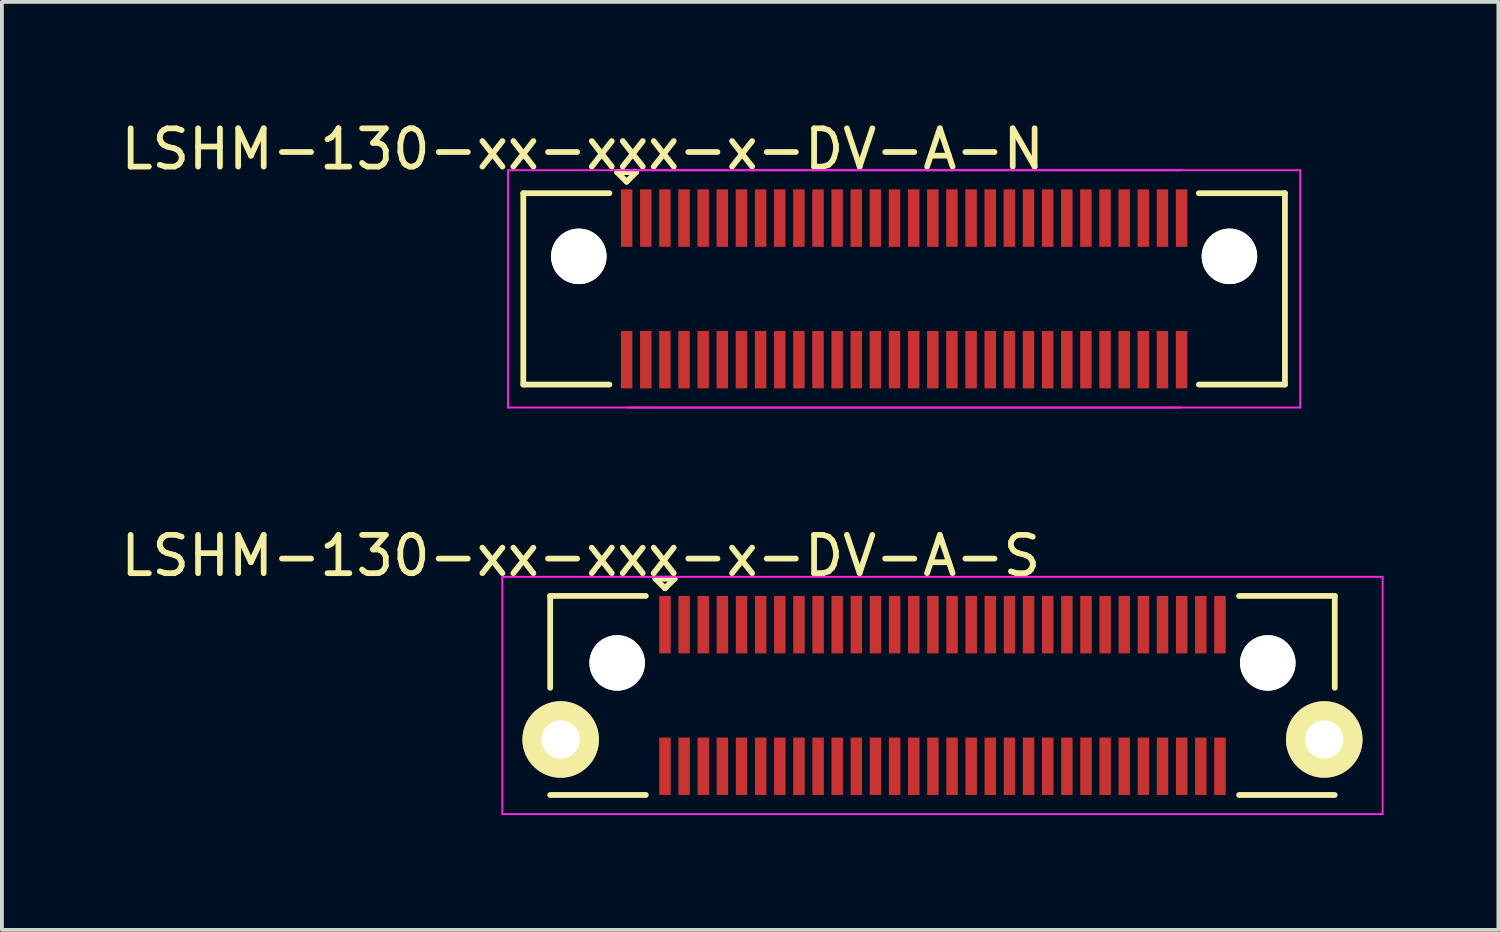
<source format=kicad_pcb>
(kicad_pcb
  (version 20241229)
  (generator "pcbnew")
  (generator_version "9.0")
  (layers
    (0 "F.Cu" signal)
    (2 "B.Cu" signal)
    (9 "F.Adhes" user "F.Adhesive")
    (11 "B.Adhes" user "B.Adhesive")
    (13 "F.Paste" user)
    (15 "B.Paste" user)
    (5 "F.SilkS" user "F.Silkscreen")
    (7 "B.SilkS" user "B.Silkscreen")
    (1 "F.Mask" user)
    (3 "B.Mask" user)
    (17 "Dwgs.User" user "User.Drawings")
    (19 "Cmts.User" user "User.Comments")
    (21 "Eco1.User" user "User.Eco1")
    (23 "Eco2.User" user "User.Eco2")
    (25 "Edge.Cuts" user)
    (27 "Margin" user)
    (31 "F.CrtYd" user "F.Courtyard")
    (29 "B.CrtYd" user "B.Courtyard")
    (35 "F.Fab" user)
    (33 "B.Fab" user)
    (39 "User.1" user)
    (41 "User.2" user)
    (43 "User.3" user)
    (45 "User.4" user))
  (footprint "LSHM-130-xx-xxx-x-DV-A-S"
    (layer "F.Cu")
    (at 21.575 15.121)
    (property "Reference" "LSHM-130-xx-xxx-x-DV-A-S" (at -9.45 -3.65 0) (layer "F.SilkS") (effects (font (size 1 1) (thickness 0.15))))
    (attr smd)
    (fp_line (start -10.25 -2.6) (end -7.75 -2.6) (stroke (width 0.15) (type solid)) (layer "F.SilkS"))
    (fp_line (start -10.25 -0.2) (end -10.25 -2.6) (stroke (width 0.15) (type solid)) (layer "F.SilkS"))
    (fp_line (start -10.25 2.6) (end -7.75 2.6) (stroke (width 0.15) (type solid)) (layer "F.SilkS"))
    (fp_line (start -7.5 -3.05) (end -7.25 -2.8) (stroke (width 0.15) (type solid)) (layer "F.SilkS"))
    (fp_line (start -7.25 -2.8) (end -7 -3.05) (stroke (width 0.15) (type solid)) (layer "F.SilkS"))
    (fp_line (start -7 -3.05) (end -7.5 -3.05) (stroke (width 0.15) (type solid)) (layer "F.SilkS"))
    (fp_line (start 10.25 -2.6) (end 7.75 -2.6) (stroke (width 0.15) (type solid)) (layer "F.SilkS"))
    (fp_line (start 10.25 -0.2) (end 10.25 -2.6) (stroke (width 0.15) (type solid)) (layer "F.SilkS"))
    (fp_line (start 10.25 2.6) (end 7.75 2.6) (stroke (width 0.15) (type solid)) (layer "F.SilkS"))
    (fp_line (start -11.5 -3.1) (end 11.5 -3.1) (stroke (width 0.05) (type solid)) (layer "F.CrtYd"))
    (fp_line (start -11.5 3.1) (end -11.5 -3.1) (stroke (width 0.05) (type solid)) (layer "F.CrtYd"))
    (fp_line (start -11.5 3.1) (end 11.5 3.1) (stroke (width 0.05) (type solid)) (layer "F.CrtYd"))
    (fp_line (start 11.5 3.1) (end 11.5 -3.1) (stroke (width 0.05) (type solid)) (layer "F.CrtYd"))
    (pad "" np_thru_hole circle (at -8.5 -0.85) (size 1.45 1.45) (drill 1.45) (layers "*.Cu" "*.Mask" "F.SilkS"))
    (pad "" np_thru_hole circle (at 8.5 -0.85) (size 1.45 1.45) (drill 1.45) (layers "*.Cu" "*.Mask" "F.SilkS"))
    (pad "1" smd rect (at -7.25 -1.85) (size 0.3 1.5) (layers "F.Cu" "F.Mask" "F.Paste"))
    (pad "2" smd rect (at -7.25 1.85) (size 0.3 1.5) (layers "F.Cu" "F.Mask" "F.Paste"))
    (pad "3" smd rect (at -6.75 -1.85) (size 0.3 1.5) (layers "F.Cu" "F.Mask" "F.Paste"))
    (pad "4" smd rect (at -6.75 1.85) (size 0.3 1.5) (layers "F.Cu" "F.Mask" "F.Paste"))
    (pad "5" smd rect (at -6.25 -1.85) (size 0.3 1.5) (layers "F.Cu" "F.Mask" "F.Paste"))
    (pad "6" smd rect (at -6.25 1.85) (size 0.3 1.5) (layers "F.Cu" "F.Mask" "F.Paste"))
    (pad "7" smd rect (at -5.75 -1.85) (size 0.3 1.5) (layers "F.Cu" "F.Mask" "F.Paste"))
    (pad "8" smd rect (at -5.75 1.85) (size 0.3 1.5) (layers "F.Cu" "F.Mask" "F.Paste"))
    (pad "9" smd rect (at -5.25 -1.85) (size 0.3 1.5) (layers "F.Cu" "F.Mask" "F.Paste"))
    (pad "10" smd rect (at -5.25 1.85) (size 0.3 1.5) (layers "F.Cu" "F.Mask" "F.Paste"))
    (pad "11" smd rect (at -4.75 -1.85) (size 0.3 1.5) (layers "F.Cu" "F.Mask" "F.Paste"))
    (pad "12" smd rect (at -4.75 1.85) (size 0.3 1.5) (layers "F.Cu" "F.Mask" "F.Paste"))
    (pad "13" smd rect (at -4.25 -1.85) (size 0.3 1.5) (layers "F.Cu" "F.Mask" "F.Paste"))
    (pad "14" smd rect (at -4.25 1.85) (size 0.3 1.5) (layers "F.Cu" "F.Mask" "F.Paste"))
    (pad "15" smd rect (at -3.75 -1.85) (size 0.3 1.5) (layers "F.Cu" "F.Mask" "F.Paste"))
    (pad "16" smd rect (at -3.75 1.85) (size 0.3 1.5) (layers "F.Cu" "F.Mask" "F.Paste"))
    (pad "17" smd rect (at -3.25 -1.85) (size 0.3 1.5) (layers "F.Cu" "F.Mask" "F.Paste"))
    (pad "18" smd rect (at -3.25 1.85) (size 0.3 1.5) (layers "F.Cu" "F.Mask" "F.Paste"))
    (pad "19" smd rect (at -2.75 -1.85) (size 0.3 1.5) (layers "F.Cu" "F.Mask" "F.Paste"))
    (pad "20" smd rect (at -2.75 1.85) (size 0.3 1.5) (layers "F.Cu" "F.Mask" "F.Paste"))
    (pad "21" smd rect (at -2.25 -1.85) (size 0.3 1.5) (layers "F.Cu" "F.Mask" "F.Paste"))
    (pad "22" smd rect (at -2.25 1.85) (size 0.3 1.5) (layers "F.Cu" "F.Mask" "F.Paste"))
    (pad "23" smd rect (at -1.75 -1.85) (size 0.3 1.5) (layers "F.Cu" "F.Mask" "F.Paste"))
    (pad "24" smd rect (at -1.75 1.85) (size 0.3 1.5) (layers "F.Cu" "F.Mask" "F.Paste"))
    (pad "25" smd rect (at -1.25 -1.85) (size 0.3 1.5) (layers "F.Cu" "F.Mask" "F.Paste"))
    (pad "26" smd rect (at -1.25 1.85) (size 0.3 1.5) (layers "F.Cu" "F.Mask" "F.Paste"))
    (pad "27" smd rect (at -0.75 -1.85) (size 0.3 1.5) (layers "F.Cu" "F.Mask" "F.Paste"))
    (pad "28" smd rect (at -0.75 1.85) (size 0.3 1.5) (layers "F.Cu" "F.Mask" "F.Paste"))
    (pad "29" smd rect (at -0.25 -1.85) (size 0.3 1.5) (layers "F.Cu" "F.Mask" "F.Paste"))
    (pad "30" smd rect (at -0.25 1.85) (size 0.3 1.5) (layers "F.Cu" "F.Mask" "F.Paste"))
    (pad "31" smd rect (at 0.25 -1.85) (size 0.3 1.5) (layers "F.Cu" "F.Mask" "F.Paste"))
    (pad "32" smd rect (at 0.25 1.85) (size 0.3 1.5) (layers "F.Cu" "F.Mask" "F.Paste"))
    (pad "33" smd rect (at 0.75 -1.85) (size 0.3 1.5) (layers "F.Cu" "F.Mask" "F.Paste"))
    (pad "34" smd rect (at 0.75 1.85) (size 0.3 1.5) (layers "F.Cu" "F.Mask" "F.Paste"))
    (pad "35" smd rect (at 1.25 -1.85) (size 0.3 1.5) (layers "F.Cu" "F.Mask" "F.Paste"))
    (pad "36" smd rect (at 1.25 1.85) (size 0.3 1.5) (layers "F.Cu" "F.Mask" "F.Paste"))
    (pad "37" smd rect (at 1.75 -1.85) (size 0.3 1.5) (layers "F.Cu" "F.Mask" "F.Paste"))
    (pad "38" smd rect (at 1.75 1.85) (size 0.3 1.5) (layers "F.Cu" "F.Mask" "F.Paste"))
    (pad "39" smd rect (at 2.25 -1.85) (size 0.3 1.5) (layers "F.Cu" "F.Mask" "F.Paste"))
    (pad "40" smd rect (at 2.25 1.85) (size 0.3 1.5) (layers "F.Cu" "F.Mask" "F.Paste"))
    (pad "41" smd rect (at 2.75 -1.85) (size 0.3 1.5) (layers "F.Cu" "F.Mask" "F.Paste"))
    (pad "42" smd rect (at 2.75 1.85) (size 0.3 1.5) (layers "F.Cu" "F.Mask" "F.Paste"))
    (pad "43" smd rect (at 3.25 -1.85) (size 0.3 1.5) (layers "F.Cu" "F.Mask" "F.Paste"))
    (pad "44" smd rect (at 3.25 1.85) (size 0.3 1.5) (layers "F.Cu" "F.Mask" "F.Paste"))
    (pad "45" smd rect (at 3.75 -1.85) (size 0.3 1.5) (layers "F.Cu" "F.Mask" "F.Paste"))
    (pad "46" smd rect (at 3.75 1.85) (size 0.3 1.5) (layers "F.Cu" "F.Mask" "F.Paste"))
    (pad "47" smd rect (at 4.25 -1.85) (size 0.3 1.5) (layers "F.Cu" "F.Mask" "F.Paste"))
    (pad "48" smd rect (at 4.25 1.85) (size 0.3 1.5) (layers "F.Cu" "F.Mask" "F.Paste"))
    (pad "49" smd rect (at 4.75 -1.85) (size 0.3 1.5) (layers "F.Cu" "F.Mask" "F.Paste"))
    (pad "50" smd rect (at 4.75 1.85) (size 0.3 1.5) (layers "F.Cu" "F.Mask" "F.Paste"))
    (pad "51" smd rect (at 5.25 -1.85) (size 0.3 1.5) (layers "F.Cu" "F.Mask" "F.Paste"))
    (pad "52" smd rect (at 5.25 1.85) (size 0.3 1.5) (layers "F.Cu" "F.Mask" "F.Paste"))
    (pad "53" smd rect (at 5.75 -1.85) (size 0.3 1.5) (layers "F.Cu" "F.Mask" "F.Paste"))
    (pad "54" smd rect (at 5.75 1.85) (size 0.3 1.5) (layers "F.Cu" "F.Mask" "F.Paste"))
    (pad "55" smd rect (at 6.25 -1.85) (size 0.3 1.5) (layers "F.Cu" "F.Mask" "F.Paste"))
    (pad "56" smd rect (at 6.25 1.85) (size 0.3 1.5) (layers "F.Cu" "F.Mask" "F.Paste"))
    (pad "57" smd rect (at 6.75 -1.85) (size 0.3 1.5) (layers "F.Cu" "F.Mask" "F.Paste"))
    (pad "58" smd rect (at 6.75 1.85) (size 0.3 1.5) (layers "F.Cu" "F.Mask" "F.Paste"))
    (pad "59" smd rect (at 7.25 -1.85) (size 0.3 1.5) (layers "F.Cu" "F.Mask" "F.Paste"))
    (pad "60" smd rect (at 7.25 1.85) (size 0.3 1.5) (layers "F.Cu" "F.Mask" "F.Paste"))
    (pad "61" thru_hole circle (at -9.975 1.15) (size 2 2) (drill 1) (layers "*.Cu" "*.Mask" "F.SilkS"))
    (pad "61" thru_hole circle (at 9.975 1.15) (size 2 2) (drill 1) (layers "*.Cu" "*.Mask" "F.SilkS")))
  (footprint "LSHM-130-xx-xxx-x-DV-A-N"
    (layer "F.Cu")
    (at 20.573 4.498)
    (property "Reference" "LSHM-130-xx-xxx-x-DV-A-N" (at -8.4 -3.65 0) (layer "F.SilkS") (effects (font (size 1 1) (thickness 0.15))))
    (attr smd)
    (fp_line (start -9.95 -2.5) (end -9.95 2.5) (stroke (width 0.15) (type solid)) (layer "F.SilkS"))
    (fp_line (start -9.95 -2.5) (end -7.7 -2.5) (stroke (width 0.15) (type solid)) (layer "F.SilkS"))
    (fp_line (start -9.95 2.5) (end -7.7 2.5) (stroke (width 0.15) (type solid)) (layer "F.SilkS"))
    (fp_line (start -7.5 -3.05) (end -7.25 -2.8) (stroke (width 0.15) (type solid)) (layer "F.SilkS"))
    (fp_line (start -7.25 -2.8) (end -7 -3.05) (stroke (width 0.15) (type solid)) (layer "F.SilkS"))
    (fp_line (start -7 -3.05) (end -7.5 -3.05) (stroke (width 0.15) (type solid)) (layer "F.SilkS"))
    (fp_line (start 9.95 -2.5) (end 7.7 -2.5) (stroke (width 0.15) (type solid)) (layer "F.SilkS"))
    (fp_line (start 9.95 -2.5) (end 9.95 2.5) (stroke (width 0.15) (type solid)) (layer "F.SilkS"))
    (fp_line (start 9.95 2.5) (end 7.7 2.5) (stroke (width 0.15) (type solid)) (layer "F.SilkS"))
    (fp_line (start -10.35 -3.1) (end 10.35 -3.1) (stroke (width 0.05) (type solid)) (layer "F.CrtYd"))
    (fp_line (start -10.35 3.1) (end -10.35 -3.1) (stroke (width 0.05) (type solid)) (layer "F.CrtYd"))
    (fp_line (start -10.35 3.1) (end 10.35 3.1) (stroke (width 0.05) (type solid)) (layer "F.CrtYd"))
    (fp_line (start -7.25 -3.1) (end 7.25 -3.1) (stroke (width 0.05) (type solid)) (layer "F.CrtYd"))
    (fp_line (start -7.25 3.1) (end 7.25 3.1) (stroke (width 0.05) (type solid)) (layer "F.CrtYd"))
    (fp_line (start 10.35 3.1) (end 10.35 -3.1) (stroke (width 0.05) (type solid)) (layer "F.CrtYd"))
    (pad "" np_thru_hole circle (at -8.5 -0.85) (size 1.45 1.45) (drill 1.45) (layers "*.Cu" "*.Mask" "F.SilkS"))
    (pad "" np_thru_hole circle (at 8.5 -0.85) (size 1.45 1.45) (drill 1.45) (layers "*.Cu" "*.Mask" "F.SilkS"))
    (pad "1" smd rect (at -7.25 -1.85) (size 0.3 1.5) (layers "F.Cu" "F.Mask" "F.Paste"))
    (pad "2" smd rect (at -7.25 1.85) (size 0.3 1.5) (layers "F.Cu" "F.Mask" "F.Paste"))
    (pad "3" smd rect (at -6.75 -1.85) (size 0.3 1.5) (layers "F.Cu" "F.Mask" "F.Paste"))
    (pad "4" smd rect (at -6.75 1.85) (size 0.3 1.5) (layers "F.Cu" "F.Mask" "F.Paste"))
    (pad "5" smd rect (at -6.25 -1.85) (size 0.3 1.5) (layers "F.Cu" "F.Mask" "F.Paste"))
    (pad "6" smd rect (at -6.25 1.85) (size 0.3 1.5) (layers "F.Cu" "F.Mask" "F.Paste"))
    (pad "7" smd rect (at -5.75 -1.85) (size 0.3 1.5) (layers "F.Cu" "F.Mask" "F.Paste"))
    (pad "8" smd rect (at -5.75 1.85) (size 0.3 1.5) (layers "F.Cu" "F.Mask" "F.Paste"))
    (pad "9" smd rect (at -5.25 -1.85) (size 0.3 1.5) (layers "F.Cu" "F.Mask" "F.Paste"))
    (pad "10" smd rect (at -5.25 1.85) (size 0.3 1.5) (layers "F.Cu" "F.Mask" "F.Paste"))
    (pad "11" smd rect (at -4.75 -1.85) (size 0.3 1.5) (layers "F.Cu" "F.Mask" "F.Paste"))
    (pad "12" smd rect (at -4.75 1.85) (size 0.3 1.5) (layers "F.Cu" "F.Mask" "F.Paste"))
    (pad "13" smd rect (at -4.25 -1.85) (size 0.3 1.5) (layers "F.Cu" "F.Mask" "F.Paste"))
    (pad "14" smd rect (at -4.25 1.85) (size 0.3 1.5) (layers "F.Cu" "F.Mask" "F.Paste"))
    (pad "15" smd rect (at -3.75 -1.85) (size 0.3 1.5) (layers "F.Cu" "F.Mask" "F.Paste"))
    (pad "16" smd rect (at -3.75 1.85) (size 0.3 1.5) (layers "F.Cu" "F.Mask" "F.Paste"))
    (pad "17" smd rect (at -3.25 -1.85) (size 0.3 1.5) (layers "F.Cu" "F.Mask" "F.Paste"))
    (pad "18" smd rect (at -3.25 1.85) (size 0.3 1.5) (layers "F.Cu" "F.Mask" "F.Paste"))
    (pad "19" smd rect (at -2.75 -1.85) (size 0.3 1.5) (layers "F.Cu" "F.Mask" "F.Paste"))
    (pad "20" smd rect (at -2.75 1.85) (size 0.3 1.5) (layers "F.Cu" "F.Mask" "F.Paste"))
    (pad "21" smd rect (at -2.25 -1.85) (size 0.3 1.5) (layers "F.Cu" "F.Mask" "F.Paste"))
    (pad "22" smd rect (at -2.25 1.85) (size 0.3 1.5) (layers "F.Cu" "F.Mask" "F.Paste"))
    (pad "23" smd rect (at -1.75 -1.85) (size 0.3 1.5) (layers "F.Cu" "F.Mask" "F.Paste"))
    (pad "24" smd rect (at -1.75 1.85) (size 0.3 1.5) (layers "F.Cu" "F.Mask" "F.Paste"))
    (pad "25" smd rect (at -1.25 -1.85) (size 0.3 1.5) (layers "F.Cu" "F.Mask" "F.Paste"))
    (pad "26" smd rect (at -1.25 1.85) (size 0.3 1.5) (layers "F.Cu" "F.Mask" "F.Paste"))
    (pad "27" smd rect (at -0.75 -1.85) (size 0.3 1.5) (layers "F.Cu" "F.Mask" "F.Paste"))
    (pad "28" smd rect (at -0.75 1.85) (size 0.3 1.5) (layers "F.Cu" "F.Mask" "F.Paste"))
    (pad "29" smd rect (at -0.25 -1.85) (size 0.3 1.5) (layers "F.Cu" "F.Mask" "F.Paste"))
    (pad "30" smd rect (at -0.25 1.85) (size 0.3 1.5) (layers "F.Cu" "F.Mask" "F.Paste"))
    (pad "31" smd rect (at 0.25 -1.85) (size 0.3 1.5) (layers "F.Cu" "F.Mask" "F.Paste"))
    (pad "32" smd rect (at 0.25 1.85) (size 0.3 1.5) (layers "F.Cu" "F.Mask" "F.Paste"))
    (pad "33" smd rect (at 0.75 -1.85) (size 0.3 1.5) (layers "F.Cu" "F.Mask" "F.Paste"))
    (pad "34" smd rect (at 0.75 1.85) (size 0.3 1.5) (layers "F.Cu" "F.Mask" "F.Paste"))
    (pad "35" smd rect (at 1.25 -1.85) (size 0.3 1.5) (layers "F.Cu" "F.Mask" "F.Paste"))
    (pad "36" smd rect (at 1.25 1.85) (size 0.3 1.5) (layers "F.Cu" "F.Mask" "F.Paste"))
    (pad "37" smd rect (at 1.75 -1.85) (size 0.3 1.5) (layers "F.Cu" "F.Mask" "F.Paste"))
    (pad "38" smd rect (at 1.75 1.85) (size 0.3 1.5) (layers "F.Cu" "F.Mask" "F.Paste"))
    (pad "39" smd rect (at 2.25 -1.85) (size 0.3 1.5) (layers "F.Cu" "F.Mask" "F.Paste"))
    (pad "40" smd rect (at 2.25 1.85) (size 0.3 1.5) (layers "F.Cu" "F.Mask" "F.Paste"))
    (pad "41" smd rect (at 2.75 -1.85) (size 0.3 1.5) (layers "F.Cu" "F.Mask" "F.Paste"))
    (pad "42" smd rect (at 2.75 1.85) (size 0.3 1.5) (layers "F.Cu" "F.Mask" "F.Paste"))
    (pad "43" smd rect (at 3.25 -1.85) (size 0.3 1.5) (layers "F.Cu" "F.Mask" "F.Paste"))
    (pad "44" smd rect (at 3.25 1.85) (size 0.3 1.5) (layers "F.Cu" "F.Mask" "F.Paste"))
    (pad "45" smd rect (at 3.75 -1.85) (size 0.3 1.5) (layers "F.Cu" "F.Mask" "F.Paste"))
    (pad "46" smd rect (at 3.75 1.85) (size 0.3 1.5) (layers "F.Cu" "F.Mask" "F.Paste"))
    (pad "47" smd rect (at 4.25 -1.85) (size 0.3 1.5) (layers "F.Cu" "F.Mask" "F.Paste"))
    (pad "48" smd rect (at 4.25 1.85) (size 0.3 1.5) (layers "F.Cu" "F.Mask" "F.Paste"))
    (pad "49" smd rect (at 4.75 -1.85) (size 0.3 1.5) (layers "F.Cu" "F.Mask" "F.Paste"))
    (pad "50" smd rect (at 4.75 1.85) (size 0.3 1.5) (layers "F.Cu" "F.Mask" "F.Paste"))
    (pad "51" smd rect (at 5.25 -1.85) (size 0.3 1.5) (layers "F.Cu" "F.Mask" "F.Paste"))
    (pad "52" smd rect (at 5.25 1.85) (size 0.3 1.5) (layers "F.Cu" "F.Mask" "F.Paste"))
    (pad "53" smd rect (at 5.75 -1.85) (size 0.3 1.5) (layers "F.Cu" "F.Mask" "F.Paste"))
    (pad "54" smd rect (at 5.75 1.85) (size 0.3 1.5) (layers "F.Cu" "F.Mask" "F.Paste"))
    (pad "55" smd rect (at 6.25 -1.85) (size 0.3 1.5) (layers "F.Cu" "F.Mask" "F.Paste"))
    (pad "56" smd rect (at 6.25 1.85) (size 0.3 1.5) (layers "F.Cu" "F.Mask" "F.Paste"))
    (pad "57" smd rect (at 6.75 -1.85) (size 0.3 1.5) (layers "F.Cu" "F.Mask" "F.Paste"))
    (pad "58" smd rect (at 6.75 1.85) (size 0.3 1.5) (layers "F.Cu" "F.Mask" "F.Paste"))
    (pad "59" smd rect (at 7.25 -1.85) (size 0.3 1.5) (layers "F.Cu" "F.Mask" "F.Paste"))
    (pad "60" smd rect (at 7.25 1.85) (size 0.3 1.5) (layers "F.Cu" "F.Mask" "F.Paste")))
  (gr_rect
    (start -3 -3)
    (end 36.1 21.247)
    (stroke (width 0.1) (type default))
    (fill no)
    (layer "Edge.Cuts")))
</source>
